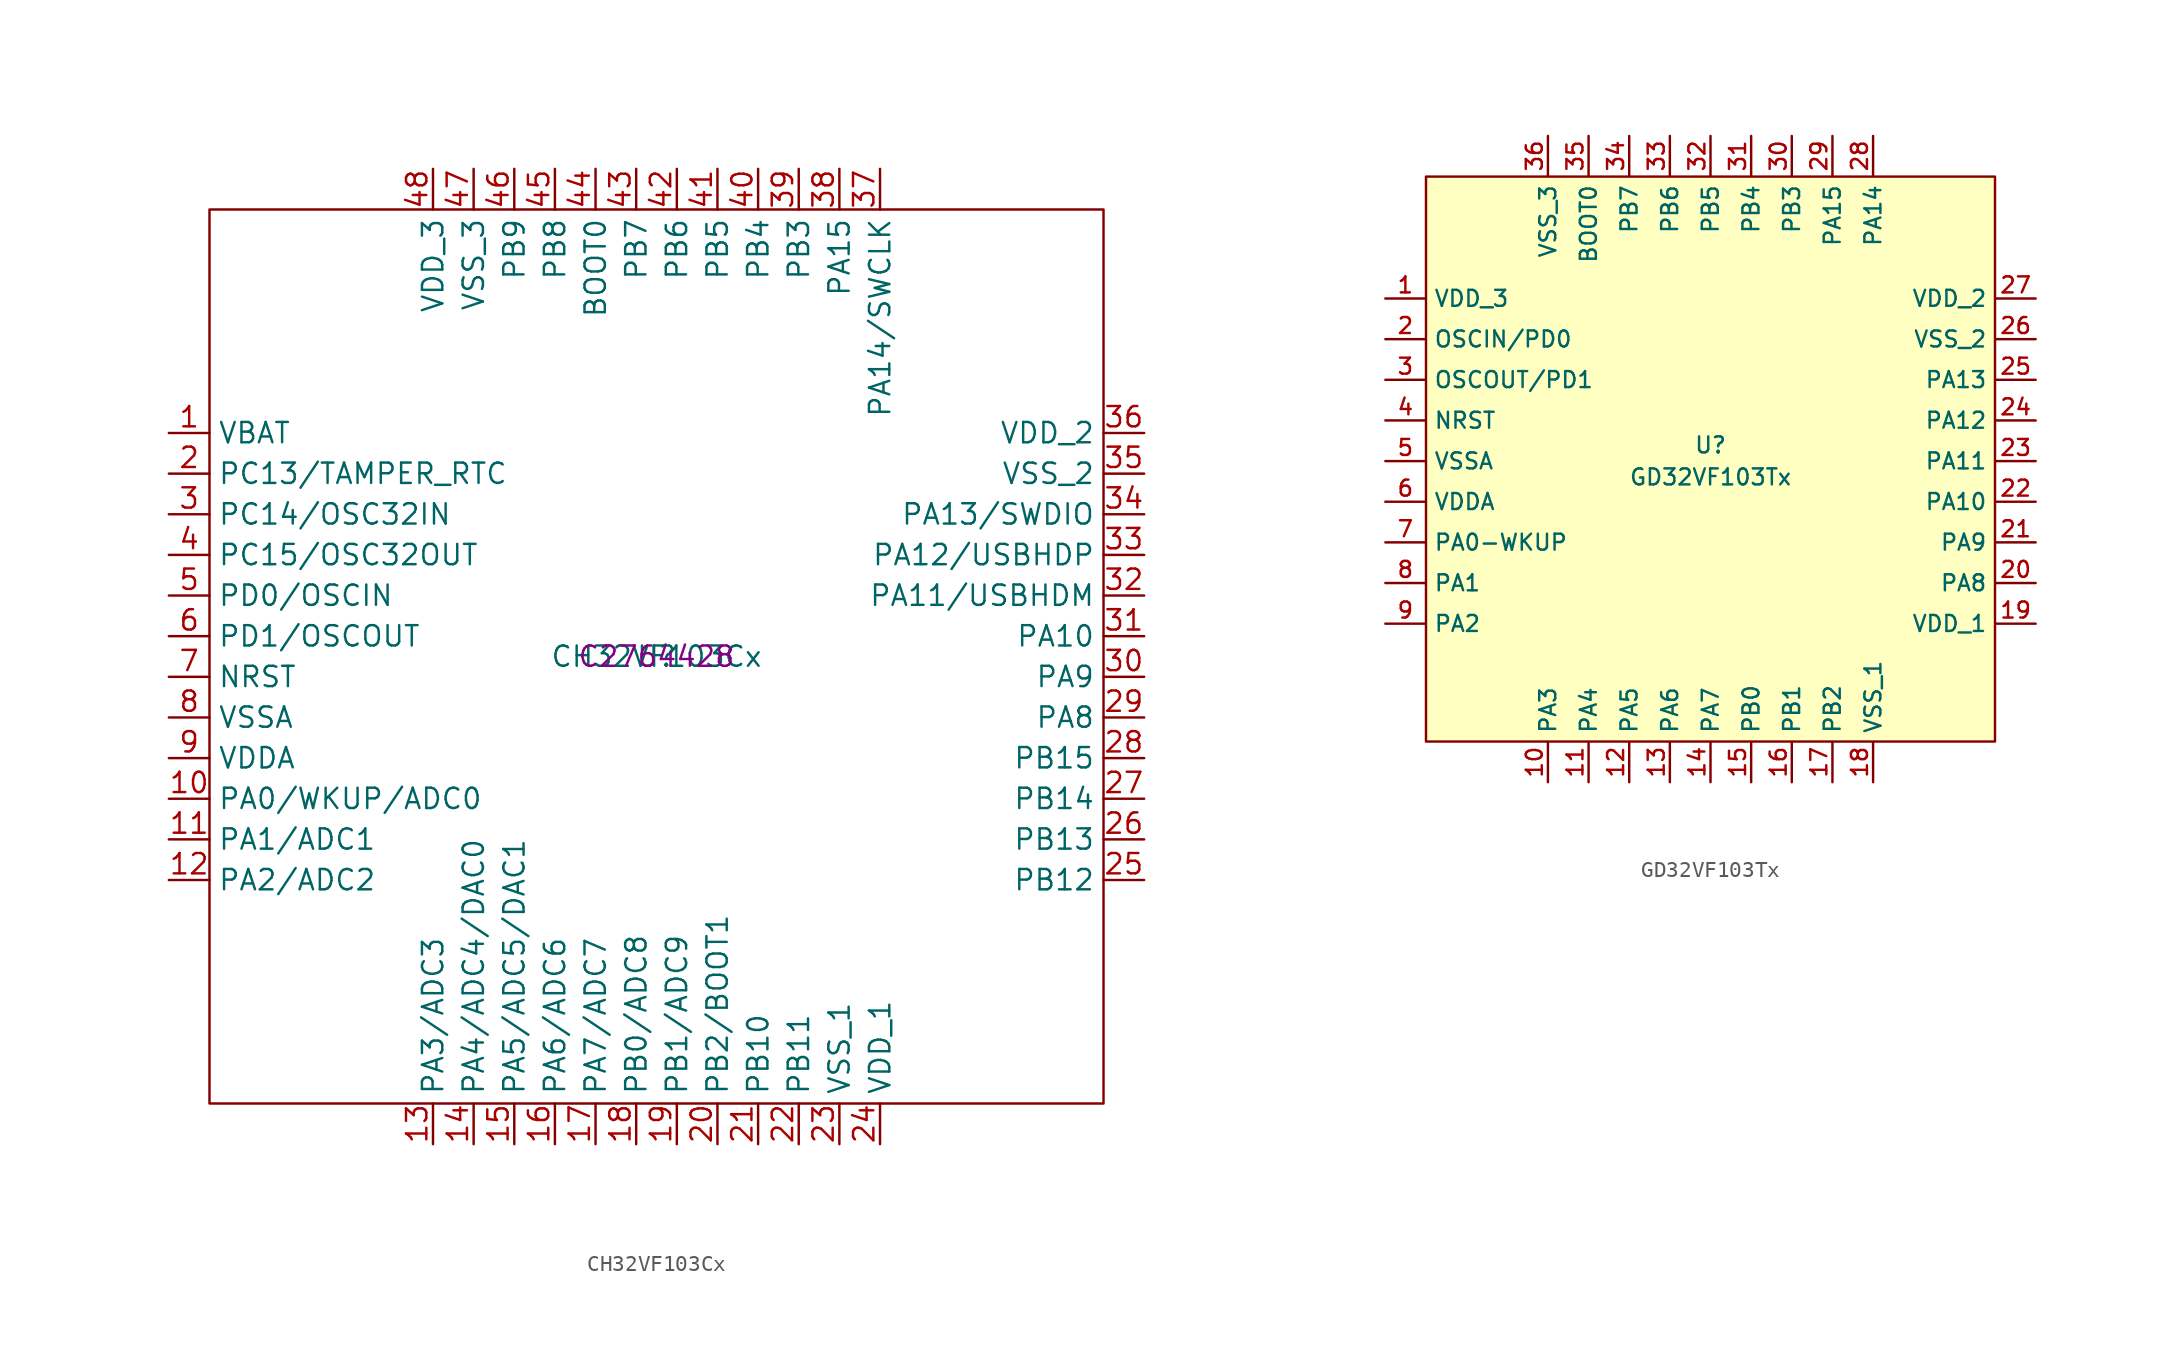
<source format=kicad_sym>
(kicad_symbol_lib
  (version 20211014)
  (generator kicad_symbol_editor)
  (symbol "CH32VF103Cx"
    (property "Reference" "U"
      (at 0 0 0)
      (effects (font (size 1.27 1.27))))
    (property "Value" "CH32VF103Cx"
      (at 0 0 0)
      (effects (font (size 1.27 1.27))))
    (property "LCSC" "C2764428"
      (at 0 0 0)
      (effects (font (size 1.27 1.27))))
    (symbol "CH32VF103Cx_0_1"
      (rectangle (start -27.94 27.94) (end 27.94 -27.94) (stroke (width 0) (type default) (color 0 0 0 0)) (fill (type none))))
    (symbol "CH32VF103Cx_1_1"
      (pin power_in line (at -30.48 13.97 0) (length 2.54) (name "VBAT" (effects (font (size 1.27 1.27)))) (number "1" (effects (font (size 1.27 1.27)))))
      (pin bidirectional line (at -30.48 -8.89 0) (length 2.54) (name "PA0/WKUP/ADC0" (effects (font (size 1.27 1.27)))) (number "10" (effects (font (size 1.27 1.27)))))
      (pin bidirectional line (at -30.48 -11.43 0) (length 2.54) (name "PA1/ADC1" (effects (font (size 1.27 1.27)))) (number "11" (effects (font (size 1.27 1.27)))))
      (pin bidirectional line (at -30.48 -13.97 0) (length 2.54) (name "PA2/ADC2" (effects (font (size 1.27 1.27)))) (number "12" (effects (font (size 1.27 1.27)))))
      (pin bidirectional line (at -13.97 -30.48 90) (length 2.54) (name "PA3/ADC3" (effects (font (size 1.27 1.27)))) (number "13" (effects (font (size 1.27 1.27)))))
      (pin bidirectional line (at -11.43 -30.48 90) (length 2.54) (name "PA4/ADC4/DAC0" (effects (font (size 1.27 1.27)))) (number "14" (effects (font (size 1.27 1.27)))))
      (pin bidirectional line (at -8.89 -30.48 90) (length 2.54) (name "PA5/ADC5/DAC1" (effects (font (size 1.27 1.27)))) (number "15" (effects (font (size 1.27 1.27)))))
      (pin bidirectional line (at -6.35 -30.48 90) (length 2.54) (name "PA6/ADC6" (effects (font (size 1.27 1.27)))) (number "16" (effects (font (size 1.27 1.27)))))
      (pin bidirectional line (at -3.81 -30.48 90) (length 2.54) (name "PA7/ADC7" (effects (font (size 1.27 1.27)))) (number "17" (effects (font (size 1.27 1.27)))))
      (pin bidirectional line (at -1.27 -30.48 90) (length 2.54) (name "PB0/ADC8" (effects (font (size 1.27 1.27)))) (number "18" (effects (font (size 1.27 1.27)))))
      (pin bidirectional line (at 1.27 -30.48 90) (length 2.54) (name "PB1/ADC9" (effects (font (size 1.27 1.27)))) (number "19" (effects (font (size 1.27 1.27)))))
      (pin bidirectional line (at -30.48 11.43 0) (length 2.54) (name "PC13/TAMPER_RTC" (effects (font (size 1.27 1.27)))) (number "2" (effects (font (size 1.27 1.27)))))
      (pin bidirectional line (at 3.81 -30.48 90) (length 2.54) (name "PB2/BOOT1" (effects (font (size 1.27 1.27)))) (number "20" (effects (font (size 1.27 1.27)))))
      (pin bidirectional line (at 6.35 -30.48 90) (length 2.54) (name "PB10" (effects (font (size 1.27 1.27)))) (number "21" (effects (font (size 1.27 1.27)))))
      (pin bidirectional line (at 8.89 -30.48 90) (length 2.54) (name "PB11" (effects (font (size 1.27 1.27)))) (number "22" (effects (font (size 1.27 1.27)))))
      (pin power_in line (at 11.43 -30.48 90) (length 2.54) (name "VSS_1" (effects (font (size 1.27 1.27)))) (number "23" (effects (font (size 1.27 1.27)))))
      (pin power_in line (at 13.97 -30.48 90) (length 2.54) (name "VDD_1" (effects (font (size 1.27 1.27)))) (number "24" (effects (font (size 1.27 1.27)))))
      (pin bidirectional line (at 30.48 -13.97 180) (length 2.54) (name "PB12" (effects (font (size 1.27 1.27)))) (number "25" (effects (font (size 1.27 1.27)))))
      (pin bidirectional line (at 30.48 -11.43 180) (length 2.54) (name "PB13" (effects (font (size 1.27 1.27)))) (number "26" (effects (font (size 1.27 1.27)))))
      (pin bidirectional line (at 30.48 -8.89 180) (length 2.54) (name "PB14" (effects (font (size 1.27 1.27)))) (number "27" (effects (font (size 1.27 1.27)))))
      (pin bidirectional line (at 30.48 -6.35 180) (length 2.54) (name "PB15" (effects (font (size 1.27 1.27)))) (number "28" (effects (font (size 1.27 1.27)))))
      (pin bidirectional line (at 30.48 -3.81 180) (length 2.54) (name "PA8" (effects (font (size 1.27 1.27)))) (number "29" (effects (font (size 1.27 1.27)))))
      (pin bidirectional line (at -30.48 8.89 0) (length 2.54) (name "PC14/OSC32IN" (effects (font (size 1.27 1.27)))) (number "3" (effects (font (size 1.27 1.27)))))
      (pin bidirectional line (at 30.48 -1.27 180) (length 2.54) (name "PA9" (effects (font (size 1.27 1.27)))) (number "30" (effects (font (size 1.27 1.27)))))
      (pin bidirectional line (at 30.48 1.27 180) (length 2.54) (name "PA10" (effects (font (size 1.27 1.27)))) (number "31" (effects (font (size 1.27 1.27)))))
      (pin bidirectional line (at 30.48 3.81 180) (length 2.54) (name "PA11/USBHDM" (effects (font (size 1.27 1.27)))) (number "32" (effects (font (size 1.27 1.27)))))
      (pin bidirectional line (at 30.48 6.35 180) (length 2.54) (name "PA12/USBHDP" (effects (font (size 1.27 1.27)))) (number "33" (effects (font (size 1.27 1.27)))))
      (pin bidirectional line (at 30.48 8.89 180) (length 2.54) (name "PA13/SWDIO" (effects (font (size 1.27 1.27)))) (number "34" (effects (font (size 1.27 1.27)))))
      (pin power_in line (at 30.48 11.43 180) (length 2.54) (name "VSS_2" (effects (font (size 1.27 1.27)))) (number "35" (effects (font (size 1.27 1.27)))))
      (pin power_in line (at 30.48 13.97 180) (length 2.54) (name "VDD_2" (effects (font (size 1.27 1.27)))) (number "36" (effects (font (size 1.27 1.27)))))
      (pin bidirectional line (at 13.97 30.48 270) (length 2.54) (name "PA14/SWCLK" (effects (font (size 1.27 1.27)))) (number "37" (effects (font (size 1.27 1.27)))))
      (pin bidirectional line (at 11.43 30.48 270) (length 2.54) (name "PA15" (effects (font (size 1.27 1.27)))) (number "38" (effects (font (size 1.27 1.27)))))
      (pin bidirectional line (at 8.89 30.48 270) (length 2.54) (name "PB3" (effects (font (size 1.27 1.27)))) (number "39" (effects (font (size 1.27 1.27)))))
      (pin bidirectional line (at -30.48 6.35 0) (length 2.54) (name "PC15/OSC32OUT" (effects (font (size 1.27 1.27)))) (number "4" (effects (font (size 1.27 1.27)))))
      (pin bidirectional line (at 6.35 30.48 270) (length 2.54) (name "PB4" (effects (font (size 1.27 1.27)))) (number "40" (effects (font (size 1.27 1.27)))))
      (pin bidirectional line (at 3.81 30.48 270) (length 2.54) (name "PB5" (effects (font (size 1.27 1.27)))) (number "41" (effects (font (size 1.27 1.27)))))
      (pin bidirectional line (at 1.27 30.48 270) (length 2.54) (name "PB6" (effects (font (size 1.27 1.27)))) (number "42" (effects (font (size 1.27 1.27)))))
      (pin bidirectional line (at -1.27 30.48 270) (length 2.54) (name "PB7" (effects (font (size 1.27 1.27)))) (number "43" (effects (font (size 1.27 1.27)))))
      (pin input line (at -3.81 30.48 270) (length 2.54) (name "BOOT0" (effects (font (size 1.27 1.27)))) (number "44" (effects (font (size 1.27 1.27)))))
      (pin bidirectional line (at -6.35 30.48 270) (length 2.54) (name "PB8" (effects (font (size 1.27 1.27)))) (number "45" (effects (font (size 1.27 1.27)))))
      (pin bidirectional line (at -8.89 30.48 270) (length 2.54) (name "PB9" (effects (font (size 1.27 1.27)))) (number "46" (effects (font (size 1.27 1.27)))))
      (pin power_in line (at -11.43 30.48 270) (length 2.54) (name "VSS_3" (effects (font (size 1.27 1.27)))) (number "47" (effects (font (size 1.27 1.27)))))
      (pin power_in line (at -13.97 30.48 270) (length 2.54) (name "VDD_3" (effects (font (size 1.27 1.27)))) (number "48" (effects (font (size 1.27 1.27)))))
      (pin input line (at -30.48 3.81 0) (length 2.54) (name "PD0/OSCIN" (effects (font (size 1.27 1.27)))) (number "5" (effects (font (size 1.27 1.27)))))
      (pin output line (at -30.48 1.27 0) (length 2.54) (name "PD1/OSCOUT" (effects (font (size 1.27 1.27)))) (number "6" (effects (font (size 1.27 1.27)))))
      (pin bidirectional line (at -30.48 -1.27 0) (length 2.54) (name "NRST" (effects (font (size 1.27 1.27)))) (number "7" (effects (font (size 1.27 1.27)))))
      (pin power_in line (at -30.48 -3.81 0) (length 2.54) (name "VSSA" (effects (font (size 1.27 1.27)))) (number "8" (effects (font (size 1.27 1.27)))))
      (pin power_in line (at -30.48 -6.35 0) (length 2.54) (name "VDDA" (effects (font (size 1.27 1.27)))) (number "9" (effects (font (size 1.27 1.27)))))))
  (symbol "GD32VF103Tx"
    (pin_names
      (offset 0.5))
    (property "Reference" "U"
      (at 0 1 0)
      (effects (font (size 1 1))))
    (property "Value" "GD32VF103Tx"
      (at 0 -1 0)
      (effects (font (size 1 1))))
    (symbol "GD32VF103Tx_0_1"
      (rectangle (start 17.78 -17.526) (end -17.78 17.78) (stroke (width 0) (type default) (color 0 0 0 0)) (fill (type background))))
    (symbol "GD32VF103Tx_1_1"
      (pin power_in line (at -20.32 10.16 0) (length 2.5) (name "VDD_3" (effects (font (size 1 1)))) (number "1" (effects (font (size 1 1)))))
      (pin bidirectional line (at -10.16 -20.066 90) (length 2.5) (name "PA3" (effects (font (size 1 1)))) (number "10" (effects (font (size 1 1)))))
      (pin bidirectional line (at -7.62 -20.066 90) (length 2.5) (name "PA4" (effects (font (size 1 1)))) (number "11" (effects (font (size 1 1)))))
      (pin bidirectional line (at -5.08 -20.066 90) (length 2.5) (name "PA5" (effects (font (size 1 1)))) (number "12" (effects (font (size 1 1)))))
      (pin bidirectional line (at -2.54 -20.066 90) (length 2.5) (name "PA6" (effects (font (size 1 1)))) (number "13" (effects (font (size 1 1)))))
      (pin bidirectional line (at 0 -20.066 90) (length 2.5) (name "PA7" (effects (font (size 1 1)))) (number "14" (effects (font (size 1 1)))))
      (pin bidirectional line (at 2.54 -20.066 90) (length 2.5) (name "PB0" (effects (font (size 1 1)))) (number "15" (effects (font (size 1 1)))))
      (pin bidirectional line (at 5.08 -20.066 90) (length 2.5) (name "PB1" (effects (font (size 1 1)))) (number "16" (effects (font (size 1 1)))))
      (pin bidirectional line (at 7.62 -20.066 90) (length 2.5) (name "PB2" (effects (font (size 1 1)))) (number "17" (effects (font (size 1 1)))))
      (pin power_in line (at 10.16 -20.066 90) (length 2.5) (name "VSS_1" (effects (font (size 1 1)))) (number "18" (effects (font (size 1 1)))))
      (pin power_in line (at 20.32 -10.16 180) (length 2.5) (name "VDD_1" (effects (font (size 1 1)))) (number "19" (effects (font (size 1 1)))))
      (pin input line (at -20.32 7.62 0) (length 2.5) (name "OSCIN/PD0" (effects (font (size 1 1)))) (number "2" (effects (font (size 1 1)))))
      (pin bidirectional line (at 20.32 -7.62 180) (length 2.5) (name "PA8" (effects (font (size 1 1)))) (number "20" (effects (font (size 1 1)))))
      (pin bidirectional line (at 20.32 -5.08 180) (length 2.5) (name "PA9" (effects (font (size 1 1)))) (number "21" (effects (font (size 1 1)))))
      (pin bidirectional line (at 20.32 -2.54 180) (length 2.5) (name "PA10" (effects (font (size 1 1)))) (number "22" (effects (font (size 1 1)))))
      (pin bidirectional line (at 20.32 0 180) (length 2.5) (name "PA11" (effects (font (size 1 1)))) (number "23" (effects (font (size 1 1)))))
      (pin bidirectional line (at 20.32 2.54 180) (length 2.5) (name "PA12" (effects (font (size 1 1)))) (number "24" (effects (font (size 1 1)))))
      (pin bidirectional line (at 20.32 5.08 180) (length 2.5) (name "PA13" (effects (font (size 1 1)))) (number "25" (effects (font (size 1 1)))))
      (pin power_in line (at 20.32 7.62 180) (length 2.5) (name "VSS_2" (effects (font (size 1 1)))) (number "26" (effects (font (size 1 1)))))
      (pin power_in line (at 20.32 10.16 180) (length 2.5) (name "VDD_2" (effects (font (size 1 1)))) (number "27" (effects (font (size 1 1)))))
      (pin bidirectional line (at 10.16 20.32 270) (length 2.5) (name "PA14" (effects (font (size 1 1)))) (number "28" (effects (font (size 1 1)))))
      (pin bidirectional line (at 7.62 20.32 270) (length 2.5) (name "PA15" (effects (font (size 1 1)))) (number "29" (effects (font (size 1 1)))))
      (pin output line (at -20.32 5.08 0) (length 2.5) (name "OSCOUT/PD1" (effects (font (size 1 1)))) (number "3" (effects (font (size 1 1)))))
      (pin bidirectional line (at 5.08 20.32 270) (length 2.5) (name "PB3" (effects (font (size 1 1)))) (number "30" (effects (font (size 1 1)))))
      (pin bidirectional line (at 2.54 20.32 270) (length 2.5) (name "PB4" (effects (font (size 1 1)))) (number "31" (effects (font (size 1 1)))))
      (pin bidirectional line (at 0 20.32 270) (length 2.5) (name "PB5" (effects (font (size 1 1)))) (number "32" (effects (font (size 1 1)))))
      (pin bidirectional line (at -2.54 20.32 270) (length 2.5) (name "PB6" (effects (font (size 1 1)))) (number "33" (effects (font (size 1 1)))))
      (pin bidirectional line (at -5.08 20.32 270) (length 2.5) (name "PB7" (effects (font (size 1 1)))) (number "34" (effects (font (size 1 1)))))
      (pin input line (at -7.62 20.32 270) (length 2.5) (name "BOOT0" (effects (font (size 1 1)))) (number "35" (effects (font (size 1 1)))))
      (pin power_in line (at -10.16 20.32 270) (length 2.5) (name "VSS_3" (effects (font (size 1 1)))) (number "36" (effects (font (size 1 1)))))
      (pin bidirectional line (at -20.32 2.54 0) (length 2.5) (name "NRST" (effects (font (size 1 1)))) (number "4" (effects (font (size 1 1)))))
      (pin power_in line (at -20.32 0 0) (length 2.5) (name "VSSA" (effects (font (size 1 1)))) (number "5" (effects (font (size 1 1)))))
      (pin power_in line (at -20.32 -2.54 0) (length 2.5) (name "VDDA" (effects (font (size 1 1)))) (number "6" (effects (font (size 1 1)))))
      (pin bidirectional line (at -20.32 -5.08 0) (length 2.5) (name "PA0-WKUP" (effects (font (size 1 1)))) (number "7" (effects (font (size 1 1)))))
      (pin bidirectional line (at -20.32 -7.62 0) (length 2.5) (name "PA1" (effects (font (size 1 1)))) (number "8" (effects (font (size 1 1)))))
      (pin bidirectional line (at -20.32 -10.16 0) (length 2.5) (name "PA2" (effects (font (size 1 1)))) (number "9" (effects (font (size 1 1))))))))
</source>
